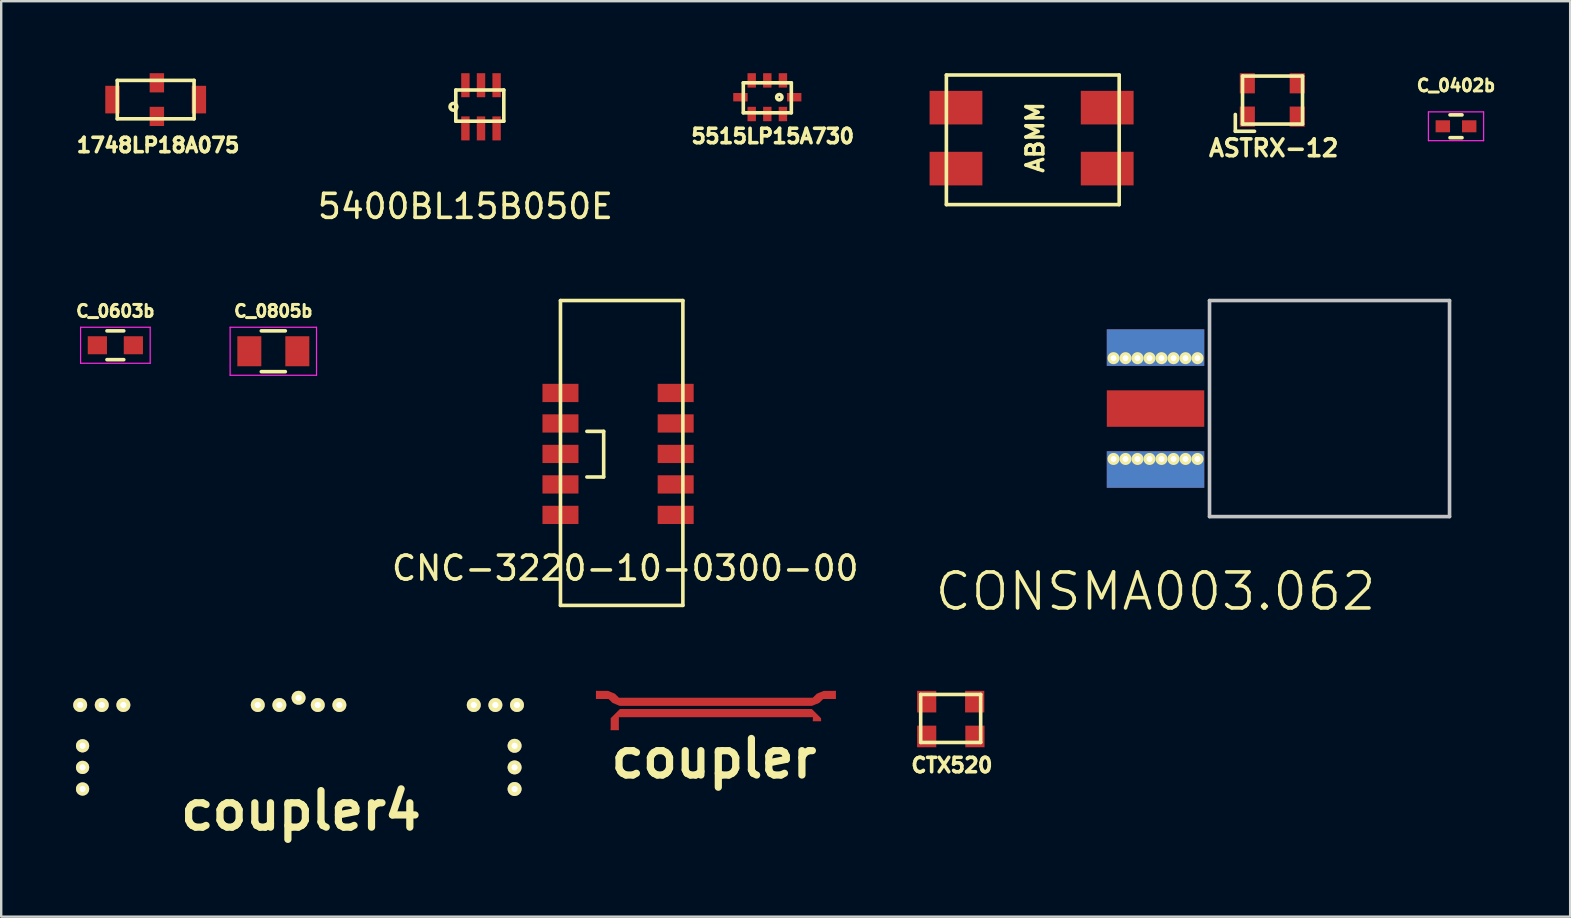
<source format=kicad_pcb>
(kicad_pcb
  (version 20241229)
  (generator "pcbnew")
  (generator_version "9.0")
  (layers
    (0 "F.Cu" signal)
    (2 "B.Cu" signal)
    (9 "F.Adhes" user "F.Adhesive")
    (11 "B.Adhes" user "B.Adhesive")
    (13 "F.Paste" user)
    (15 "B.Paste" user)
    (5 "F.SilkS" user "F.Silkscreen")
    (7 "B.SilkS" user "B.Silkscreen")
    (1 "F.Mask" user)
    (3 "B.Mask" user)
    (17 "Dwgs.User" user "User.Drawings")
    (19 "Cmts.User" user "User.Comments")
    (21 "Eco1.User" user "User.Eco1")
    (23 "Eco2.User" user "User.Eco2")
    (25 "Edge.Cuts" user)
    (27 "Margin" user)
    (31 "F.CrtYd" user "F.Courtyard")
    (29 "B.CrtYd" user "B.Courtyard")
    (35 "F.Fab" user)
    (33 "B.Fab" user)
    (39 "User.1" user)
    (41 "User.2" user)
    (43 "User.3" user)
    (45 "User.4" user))
  (footprint "ASTRX-12"
    (layer "F.Cu")
    (at 49.92 1.12)
    (property "Reference" "ASTRX-12" (at 0.1 2 0) (layer "F.SilkS") (effects (font (size 0.7 0.7) (thickness 0.15))))
    (attr through_hole)
    (fp_line (start -1.5 1.3) (end -1.5 0.6) (stroke (width 0.15) (type solid)) (layer "F.SilkS"))
    (fp_line (start -1.5 1.3) (end -0.7 1.3) (stroke (width 0.15) (type solid)) (layer "F.SilkS"))
    (fp_line (start -1.2 -1) (end 1.3 -1) (stroke (width 0.15) (type solid)) (layer "F.SilkS"))
    (fp_line (start -1.2 1) (end -1.2 -1) (stroke (width 0.15) (type solid)) (layer "F.SilkS"))
    (fp_line (start 1.3 -1) (end 1.3 1) (stroke (width 0.15) (type solid)) (layer "F.SilkS"))
    (fp_line (start 1.3 1) (end -1.2 1) (stroke (width 0.15) (type solid)) (layer "F.SilkS"))
    (pad "1" smd rect (at -1 0.69) (size 0.63 0.84) (layers "F.Cu" "F.Mask" "F.Paste"))
    (pad "3" smd rect (at 1.08 0.69) (size 0.63 0.84) (layers "F.Cu" "F.Mask" "F.Paste"))
    (pad "4" smd rect (at 1.08 -0.7) (size 0.63 0.84) (layers "F.Cu" "F.Mask" "F.Paste"))
    (pad "6" smd rect (at -1 -0.7) (size 0.63 0.84) (layers "F.Cu" "F.Mask" "F.Paste")))
  (footprint "ABMM"
    (layer "F.Cu")
    (at 36.781 3.975)
    (property "Reference" "ABMM" (at 3.3 -1.3 90) (layer "F.SilkS") (effects (font (size 0.7 0.7) (thickness 0.15))))
    (attr through_hole)
    (fp_line (start -0.4 -3.9) (end 6.8 -3.9) (stroke (width 0.15) (type solid)) (layer "F.SilkS"))
    (fp_line (start -0.4 1.5) (end -0.4 -3.9) (stroke (width 0.15) (type solid)) (layer "F.SilkS"))
    (fp_line (start 6.8 -3.9) (end 6.8 1.5) (stroke (width 0.15) (type solid)) (layer "F.SilkS"))
    (fp_line (start 6.8 1.5) (end -0.4 1.5) (stroke (width 0.15) (type solid)) (layer "F.SilkS"))
    (pad "1" smd rect (at 0 0) (size 2.2 1.4) (layers "F.Cu" "F.Mask" "F.Paste"))
    (pad "2" smd rect (at 6.3 0) (size 2.2 1.4) (layers "F.Cu" "F.Mask" "F.Paste"))
    (pad "3" smd rect (at 6.3 -2.54) (size 2.2 1.4) (layers "F.Cu" "F.Mask" "F.Paste"))
    (pad "4" smd rect (at 0 -2.54) (size 2.2 1.4) (layers "F.Cu" "F.Mask" "F.Paste")))
  (footprint "1748LP18A075"
    (layer "F.Cu")
    (at 1.636 1.1)
    (property "Reference" "1748LP18A075" (at 1.9 1.9 0) (layer "F.SilkS") (effects (font (size 0.6 0.6) (thickness 0.15))))
    (attr through_hole)
    (fp_line (start 0.2 -0.8) (end 3.4 -0.8) (stroke (width 0.15) (type solid)) (layer "F.SilkS"))
    (fp_line (start 0.2 0.8) (end 0.2 -0.8) (stroke (width 0.15) (type solid)) (layer "F.SilkS"))
    (fp_line (start 3.4 -0.8) (end 3.4 0.8) (stroke (width 0.15) (type solid)) (layer "F.SilkS"))
    (fp_line (start 3.4 0.8) (end 0.2 0.8) (stroke (width 0.15) (type solid)) (layer "F.SilkS"))
    (pad "1" smd rect (at 0 0) (size 0.6 1.15) (layers "F.Cu" "F.Mask" "F.Paste"))
    (pad "2" smd rect (at 3.6 0) (size 0.6 1.15) (layers "F.Cu" "F.Mask" "F.Paste"))
    (pad "3" smd rect (at 1.85 -0.7) (size 0.6 0.8) (layers "F.Cu" "F.Mask" "F.Paste"))
    (pad "4" smd rect (at 1.85 0.7) (size 0.6 0.8) (layers "F.Cu" "F.Mask" "F.Paste")))
  (footprint "coupler4"
    (layer "F.Cu")
    (at 9.39 27.724)
    (property "Reference" "coupler4" (at 0.1 3 0) (layer "F.SilkS") (effects (font (size 1.524 1.524) (thickness 0.3))))
    (attr through_hole)
    (fp_poly (pts (xy 8.998 1.365) (xy -8.998 1.365) (xy -8.998 1.076) (xy 8.998 1.076) (xy 8.998 1.365)) (stroke (width 0) (type solid)) (fill yes) (layer "In2.Cu"))
    (fp_poly (pts (xy -8.025 0.662) (xy -0.972 0.662) (xy -0.972 -1.365) (xy -0.683 -1.365) (xy -0.683 0.632) (xy -1.004 0.951) (xy -8.016 0.951) (xy -8.336 0.63) (xy -8.336 -1.365) (xy -8.025 -1.365) (xy -8.025 0.662)) (stroke (width 0) (type solid)) (fill yes) (layer "In2.Cu"))
    (fp_poly (pts (xy 0.972 0.662) (xy 8.025 0.662) (xy 8.025 -1.365) (xy 8.336 -1.365) (xy 8.336 0.632) (xy 8.014 0.951) (xy 1.002 0.951) (xy 0.683 0.63) (xy 0.683 -1.365) (xy 0.972 -1.365) (xy 0.972 0.662)) (stroke (width 0) (type solid)) (fill yes) (layer "In2.Cu"))
    (pad "1" thru_hole circle (at -9 1.2) (size 0.55 0.55) (drill 0.26) (layers "*.Cu" "*.Mask" "F.SilkS"))
    (pad "2" thru_hole circle (at 9 1.2) (size 0.58 0.58) (drill 0.26) (layers "*.Cu" "*.Mask" "F.SilkS"))
    (pad "3" thru_hole circle (at -8.2 -1.4) (size 0.58 0.58) (drill 0.26) (layers "*.Cu" "*.Mask" "F.SilkS"))
    (pad "4" thru_hole circle (at -0.8 -1.4) (size 0.58 0.58) (drill 0.26) (layers "*.Cu" "*.Mask" "F.SilkS"))
    (pad "5" thru_hole circle (at 0.8 -1.4) (size 0.58 0.58) (drill 0.26) (layers "*.Cu" "*.Mask" "F.SilkS"))
    (pad "6" thru_hole circle (at 8.2 -1.4) (size 0.58 0.58) (drill 0.26) (layers "*.Cu" "*.Mask" "F.SilkS"))
    (pad "GND" thru_hole circle (at -9.1 -1.4) (size 0.58 0.58) (drill 0.26) (layers "*.Cu" "*.Mask" "F.SilkS"))
    (pad "GND" thru_hole circle (at -9 0.3) (size 0.55 0.55) (drill 0.26) (layers "*.Cu" "*.Mask" "F.SilkS"))
    (pad "GND" thru_hole circle (at -9 2.1) (size 0.55 0.55) (drill 0.26) (layers "*.Cu" "*.Mask" "F.SilkS"))
    (pad "GND" thru_hole circle (at -7.3 -1.4) (size 0.58 0.58) (drill 0.26) (layers "*.Cu" "*.Mask" "F.SilkS"))
    (pad "GND" thru_hole circle (at -1.7 -1.4) (size 0.58 0.58) (drill 0.26) (layers "*.Cu" "*.Mask" "F.SilkS"))
    (pad "GND" thru_hole circle (at 0 -1.7) (size 0.58 0.58) (drill 0.26) (layers "*.Cu" "*.Mask" "F.SilkS"))
    (pad "GND" thru_hole circle (at 1.7 -1.4) (size 0.58 0.58) (drill 0.26) (layers "*.Cu" "*.Mask" "F.SilkS"))
    (pad "GND" thru_hole circle (at 7.3 -1.4) (size 0.58 0.58) (drill 0.26) (layers "*.Cu" "*.Mask" "F.SilkS"))
    (pad "GND" thru_hole circle (at 9 0.3) (size 0.58 0.58) (drill 0.26) (layers "*.Cu" "*.Mask" "F.SilkS"))
    (pad "GND" thru_hole circle (at 9 2.1) (size 0.58 0.58) (drill 0.26) (layers "*.Cu" "*.Mask" "F.SilkS"))
    (pad "GND" thru_hole circle (at 9.1 -1.4) (size 0.58 0.58) (drill 0.26) (layers "*.Cu" "*.Mask" "F.SilkS")))
  (footprint "CTX520"
    (layer "F.Cu")
    (at 36.61 26.884)
    (property "Reference" "CTX520" (at 0 1.95 0) (layer "F.SilkS") (effects (font (size 0.6 0.6) (thickness 0.15))))
    (attr through_hole)
    (fp_line (start -1.3 -1) (end 1.2 -1) (stroke (width 0.15) (type solid)) (layer "F.SilkS"))
    (fp_line (start -1.3 1) (end -1.3 -1) (stroke (width 0.15) (type solid)) (layer "F.SilkS"))
    (fp_line (start 1.2 -1) (end 1.2 1) (stroke (width 0.15) (type solid)) (layer "F.SilkS"))
    (fp_line (start 1.2 1) (end -1.3 1) (stroke (width 0.15) (type solid)) (layer "F.SilkS"))
    (pad "1" smd rect (at -1.05 0.75) (size 0.8 0.9) (layers "F.Cu" "F.Mask" "F.Paste"))
    (pad "2" smd rect (at 0.96 0.75) (size 0.8 0.9) (layers "F.Cu" "F.Mask" "F.Paste"))
    (pad "3" smd rect (at 0.95 -0.7) (size 0.8 0.9) (layers "F.Cu" "F.Mask" "F.Paste"))
    (pad "4" smd rect (at -1.05 -0.7) (size 0.8 0.9) (layers "F.Cu" "F.Mask" "F.Paste")))
  (footprint "C_0805b"
    (layer "F.Cu")
    (at 8.338 11.585)
    (property "Reference" "C_0805b" (at 0 -1.675 0) (layer "F.SilkS") (effects (font (size 0.5 0.5) (thickness 0.125))))
    (attr smd)
    (fp_line (start -0.5 0.85) (end 0.5 0.85) (stroke (width 0.15) (type solid)) (layer "F.SilkS"))
    (fp_line (start 0.5 -0.85) (end -0.5 -0.85) (stroke (width 0.15) (type solid)) (layer "F.SilkS"))
    (fp_line (start -1.8 -1) (end -1.8 1) (stroke (width 0.05) (type solid)) (layer "F.CrtYd"))
    (fp_line (start -1.8 -1) (end 1.8 -1) (stroke (width 0.05) (type solid)) (layer "F.CrtYd"))
    (fp_line (start -1.8 1) (end 1.8 1) (stroke (width 0.05) (type solid)) (layer "F.CrtYd"))
    (fp_line (start 1.8 -1) (end 1.8 1) (stroke (width 0.05) (type solid)) (layer "F.CrtYd"))
    (pad "1" smd rect (at -1 0) (size 1 1.25) (layers "F.Cu" "F.Mask" "F.Paste"))
    (pad "2" smd rect (at 1 0) (size 1 1.25) (layers "F.Cu" "F.Mask" "F.Paste")))
  (footprint "C_0402b"
    (layer "F.Cu")
    (at 57.615 2.212)
    (property "Reference" "C_0402b" (at 0 -1.7 0) (layer "F.SilkS") (effects (font (size 0.5 0.5) (thickness 0.125))))
    (attr smd)
    (fp_line (start -0.25 0.475) (end 0.25 0.475) (stroke (width 0.15) (type solid)) (layer "F.SilkS"))
    (fp_line (start 0.25 -0.475) (end -0.25 -0.475) (stroke (width 0.15) (type solid)) (layer "F.SilkS"))
    (fp_line (start -1.15 -0.6) (end -1.15 0.6) (stroke (width 0.05) (type solid)) (layer "F.CrtYd"))
    (fp_line (start -1.15 -0.6) (end 1.15 -0.6) (stroke (width 0.05) (type solid)) (layer "F.CrtYd"))
    (fp_line (start -1.15 0.6) (end 1.15 0.6) (stroke (width 0.05) (type solid)) (layer "F.CrtYd"))
    (fp_line (start 1.15 -0.6) (end 1.15 0.6) (stroke (width 0.05) (type solid)) (layer "F.CrtYd"))
    (pad "1" smd rect (at -0.55 0) (size 0.6 0.5) (layers "F.Cu" "F.Mask" "F.Paste"))
    (pad "2" smd rect (at 0.55 0) (size 0.6 0.5) (layers "F.Cu" "F.Mask" "F.Paste")))
  (footprint "5515LP15A730"
    (layer "F.Cu")
    (at 28.92 1)
    (property "Reference" "5515LP15A730" (at 0.225 1.625 0) (layer "F.SilkS") (effects (font (size 0.6 0.6) (thickness 0.15))))
    (attr through_hole)
    (fp_line (start -1 -0.6) (end 1 -0.6) (stroke (width 0.15) (type solid)) (layer "F.SilkS"))
    (fp_line (start -1 0.65) (end -1 -0.6) (stroke (width 0.15) (type solid)) (layer "F.SilkS"))
    (fp_line (start 1 -0.6) (end 1 0.65) (stroke (width 0.15) (type solid)) (layer "F.SilkS"))
    (fp_line (start 1 0.65) (end -1 0.65) (stroke (width 0.15) (type solid)) (layer "F.SilkS"))
    (fp_circle (center 0.5 0) (end 0.55 -0.1) (stroke (width 0.15) (type solid)) (fill no) (layer "F.SilkS"))
    (pad "1" smd rect (at 0.65 -0.7) (size 0.35 0.6) (layers "F.Cu" "F.Mask" "F.Paste"))
    (pad "2" smd rect (at 0 -0.7) (size 0.35 0.6) (layers "F.Cu" "F.Mask" "F.Paste"))
    (pad "3" smd rect (at -0.65 -0.7) (size 0.35 0.6) (layers "F.Cu" "F.Mask" "F.Paste"))
    (pad "4" smd rect (at -1.12 0 90) (size 0.35 0.6) (layers "F.Cu" "F.Mask" "F.Paste"))
    (pad "5" smd rect (at -0.65 0.7) (size 0.35 0.6) (layers "F.Cu" "F.Mask" "F.Paste"))
    (pad "6" smd rect (at 0 0.7) (size 0.35 0.6) (layers "F.Cu" "F.Mask" "F.Paste"))
    (pad "7" smd rect (at 0.65 0.7) (size 0.35 0.6) (layers "F.Cu" "F.Mask" "F.Paste"))
    (pad "8" smd rect (at 1.12 0 90) (size 0.35 0.6) (layers "F.Cu" "F.Mask" "F.Paste")))
  (footprint "CNC-3220-10-0300-00"
    (layer "F.Cu")
    (at 22.702 15.823)
    (property "Reference" "CNC-3220-10-0300-00" (at 0.3 4.8 0) (layer "F.SilkS") (effects (font (size 1 1) (thickness 0.15))))
    (attr through_hole)
    (fp_line (start -2.4 -6.35) (end 2.7 -6.35) (stroke (width 0.15) (type solid)) (layer "F.SilkS"))
    (fp_line (start -2.4 6.35) (end -2.4 -6.35) (stroke (width 0.15) (type solid)) (layer "F.SilkS"))
    (fp_line (start -1.3 -0.9) (end -0.6 -0.9) (stroke (width 0.15) (type solid)) (layer "F.SilkS"))
    (fp_line (start -0.6 -0.9) (end -0.6 1) (stroke (width 0.15) (type solid)) (layer "F.SilkS"))
    (fp_line (start -0.6 1) (end -1.3 1) (stroke (width 0.15) (type solid)) (layer "F.SilkS"))
    (fp_line (start 2.7 -6.35) (end 2.7 6.35) (stroke (width 0.15) (type solid)) (layer "F.SilkS"))
    (fp_line (start 2.7 6.35) (end -2.4 6.35) (stroke (width 0.15) (type solid)) (layer "F.SilkS"))
    (pad "1" smd rect (at -2.4 -2.5) (size 1.5 0.76) (layers "F.Cu" "F.Mask" "F.Paste"))
    (pad "2" smd rect (at 2.4 -2.5) (size 1.5 0.76) (layers "F.Cu" "F.Mask" "F.Paste"))
    (pad "3" smd rect (at -2.4 -1.23) (size 1.5 0.76) (layers "F.Cu" "F.Mask" "F.Paste"))
    (pad "4" smd rect (at 2.4 -1.23) (size 1.5 0.76) (layers "F.Cu" "F.Mask" "F.Paste"))
    (pad "5" smd rect (at -2.4 0.04) (size 1.5 0.76) (layers "F.Cu" "F.Mask" "F.Paste"))
    (pad "6" smd rect (at 2.4 0.04) (size 1.5 0.76) (layers "F.Cu" "F.Mask" "F.Paste"))
    (pad "7" smd rect (at -2.4 1.31) (size 1.5 0.76) (layers "F.Cu" "F.Mask" "F.Paste"))
    (pad "8" smd rect (at 2.4 1.31) (size 1.5 0.76) (layers "F.Cu" "F.Mask" "F.Paste"))
    (pad "9" smd rect (at -2.4 2.58) (size 1.5 0.76) (layers "F.Cu" "F.Mask" "F.Paste"))
    (pad "10" smd rect (at 2.4 2.58) (size 1.5 0.76) (layers "F.Cu" "F.Mask" "F.Paste")))
  (footprint "CONSMA003.062"
    (layer "F.Cu")
    (at 45.095 13.973)
    (property "Reference" "CONSMA003.062" (at 0 7.62 0) (layer "F.SilkS") (effects (font (size 1.5 1.5) (thickness 0.15))))
    (attr through_hole)
    (fp_line (start 2.25 -4.5) (end 12.25 -4.5) (stroke (width 0.15) (type solid)) (layer "Dwgs.User"))
    (fp_line (start 2.25 4.5) (end 2.25 -4.5) (stroke (width 0.15) (type solid)) (layer "Dwgs.User"))
    (fp_line (start 12.25 -4.5) (end 12.25 4.5) (stroke (width 0.15) (type solid)) (layer "Dwgs.User"))
    (fp_line (start 12.25 4.5) (end 2.25 4.5) (stroke (width 0.15) (type solid)) (layer "Dwgs.User"))
    (pad "1" smd rect (at 0 0) (size 4.06 1.52) (layers "F.Cu" "F.Mask"))
    (pad "2" thru_hole circle (at -1.75 -2.1) (size 0.5 0.5) (drill 0.25) (layers "*.Cu" "*.Mask" "F.SilkS"))
    (pad "2" thru_hole circle (at -1.75 2.1) (size 0.5 0.5) (drill 0.25) (layers "*.Cu" "*.Mask" "F.SilkS"))
    (pad "2" thru_hole circle (at -1.25 -2.1) (size 0.5 0.5) (drill 0.25) (layers "*.Cu" "*.Mask" "F.SilkS"))
    (pad "2" thru_hole circle (at -1.25 2.1) (size 0.5 0.5) (drill 0.25) (layers "*.Cu" "*.Mask" "F.SilkS"))
    (pad "2" thru_hole circle (at -0.75 -2.1) (size 0.5 0.5) (drill 0.25) (layers "*.Cu" "*.Mask" "F.SilkS"))
    (pad "2" thru_hole circle (at -0.75 2.1) (size 0.5 0.5) (drill 0.25) (layers "*.Cu" "*.Mask" "F.SilkS"))
    (pad "2" thru_hole circle (at -0.25 -2.1) (size 0.5 0.5) (drill 0.25) (layers "*.Cu" "*.Mask" "F.SilkS"))
    (pad "2" thru_hole circle (at -0.25 2.1) (size 0.5 0.5) (drill 0.25) (layers "*.Cu" "*.Mask" "F.SilkS"))
    (pad "2" smd rect (at 0 -2.54) (size 4.06 1.52) (layers "F.Cu" "F.Mask"))
    (pad "2" smd rect (at 0 -2.54) (size 4.06 1.52) (layers "B.Cu" "B.Mask"))
    (pad "2" smd rect (at 0 2.54) (size 4.06 1.52) (layers "F.Cu" "F.Mask"))
    (pad "2" smd rect (at 0 2.54) (size 4.06 1.52) (layers "B.Cu" "B.Mask"))
    (pad "2" thru_hole circle (at 0.25 -2.1) (size 0.5 0.5) (drill 0.25) (layers "*.Cu" "*.Mask" "F.SilkS"))
    (pad "2" thru_hole circle (at 0.25 2.1) (size 0.5 0.5) (drill 0.25) (layers "*.Cu" "*.Mask" "F.SilkS"))
    (pad "2" thru_hole circle (at 0.75 -2.1) (size 0.5 0.5) (drill 0.25) (layers "*.Cu" "*.Mask" "F.SilkS"))
    (pad "2" thru_hole circle (at 0.75 2.1) (size 0.5 0.5) (drill 0.25) (layers "*.Cu" "*.Mask" "F.SilkS"))
    (pad "2" thru_hole circle (at 1.25 -2.1) (size 0.5 0.5) (drill 0.25) (layers "*.Cu" "*.Mask" "F.SilkS"))
    (pad "2" thru_hole circle (at 1.25 2.1) (size 0.5 0.5) (drill 0.25) (layers "*.Cu" "*.Mask" "F.SilkS"))
    (pad "2" thru_hole circle (at 1.75 -2.1) (size 0.5 0.5) (drill 0.25) (layers "*.Cu" "*.Mask" "F.SilkS"))
    (pad "2" thru_hole circle (at 1.75 2.1) (size 0.5 0.5) (drill 0.25) (layers "*.Cu" "*.Mask" "F.SilkS")))
  (footprint "C_0603b"
    (layer "F.Cu")
    (at 1.757 11.335)
    (property "Reference" "C_0603b" (at 0 -1.425 0) (layer "F.SilkS") (effects (font (size 0.5 0.5) (thickness 0.125))))
    (attr smd)
    (fp_line (start -0.35 -0.6) (end 0.35 -0.6) (stroke (width 0.15) (type solid)) (layer "F.SilkS"))
    (fp_line (start 0.35 0.6) (end -0.35 0.6) (stroke (width 0.15) (type solid)) (layer "F.SilkS"))
    (fp_line (start -1.45 -0.75) (end -1.45 0.75) (stroke (width 0.05) (type solid)) (layer "F.CrtYd"))
    (fp_line (start -1.45 -0.75) (end 1.45 -0.75) (stroke (width 0.05) (type solid)) (layer "F.CrtYd"))
    (fp_line (start -1.45 0.75) (end 1.45 0.75) (stroke (width 0.05) (type solid)) (layer "F.CrtYd"))
    (fp_line (start 1.45 -0.75) (end 1.45 0.75) (stroke (width 0.05) (type solid)) (layer "F.CrtYd"))
    (pad "1" smd rect (at -0.75 0) (size 0.8 0.75) (layers "F.Cu" "F.Mask" "F.Paste"))
    (pad "2" smd rect (at 0.75 0) (size 0.8 0.75) (layers "F.Cu" "F.Mask" "F.Paste")))
  (footprint "5400BL15B050E"
    (layer "F.Cu")
    (at 16.341 2.3)
    (property "Reference" "5400BL15B050E" (at 0 3.25 0) (layer "F.SilkS") (effects (font (size 1 1) (thickness 0.15))))
    (attr through_hole)
    (fp_line (start -0.4 -1.6) (end 1.6 -1.6) (stroke (width 0.15) (type solid)) (layer "F.SilkS"))
    (fp_line (start -0.4 -0.3) (end -0.4 -1.6) (stroke (width 0.15) (type solid)) (layer "F.SilkS"))
    (fp_line (start 1.6 -1.6) (end 1.6 -0.3) (stroke (width 0.15) (type solid)) (layer "F.SilkS"))
    (fp_line (start 1.6 -0.3) (end -0.4 -0.3) (stroke (width 0.15) (type solid)) (layer "F.SilkS"))
    (fp_circle (center -0.5 -0.9) (end -0.4 -1) (stroke (width 0.15) (type solid)) (fill no) (layer "F.SilkS"))
    (pad "1" smd rect (at 0 0) (size 0.35 1) (layers "F.Cu" "F.Mask" "F.Paste"))
    (pad "2" smd rect (at 0.65 0) (size 0.35 1) (layers "F.Cu" "F.Mask" "F.Paste"))
    (pad "3" smd rect (at 1.3 0) (size 0.35 1) (layers "F.Cu" "F.Mask" "F.Paste"))
    (pad "4" smd rect (at 1.3 -1.8) (size 0.35 1) (layers "F.Cu" "F.Mask" "F.Paste"))
    (pad "5" smd rect (at 0.65 -1.8) (size 0.35 1) (layers "F.Cu" "F.Mask" "F.Paste"))
    (pad "6" smd rect (at 0 -1.8) (size 0.35 1) (layers "F.Cu" "F.Mask" "F.Paste")))
  (footprint "coupler"
    (layer "F.Cu")
    (at 26.777 26.552)
    (property "Reference" "coupler" (at -0.08 2 0) (layer "F.SilkS") (effects (font (size 1.524 1.524) (thickness 0.3))))
    (attr through_hole)
    (fp_poly (pts (xy 4.383 0.45) (xy 4.213 0.45) (xy 4.042 0.45) (xy 4.042 0.365) (xy 4.042 0.279) (xy 0 0.279) (xy -4.042 0.279) (xy -4.042 0.549) (xy -4.042 0.818) (xy -4.213 0.818) (xy -4.383 0.818) (xy -4.383 0.571) (xy -4.383 0.324) (xy -4.191 0.131) (xy -3.998 -0.061) (xy 0 -0.061) (xy 3.998 -0.061) (xy 4.191 0.131) (xy 4.383 0.324) (xy 4.383 0.387) (xy 4.383 0.45)) (stroke (width 0) (type solid)) (fill yes) (layer "F.Cu"))
    (fp_poly (pts (xy 4.997 -0.477) (xy 4.733 -0.477) (xy 4.469 -0.477) (xy 4.387 -0.396) (xy 4.305 -0.315) (xy 4.153 -0.253) (xy 4.002 -0.191) (xy -0.002 -0.191) (xy -4.005 -0.191) (xy -4.155 -0.253) (xy -4.305 -0.315) (xy -4.387 -0.396) (xy -4.469 -0.477) (xy -4.733 -0.477) (xy -4.997 -0.477) (xy -4.997 -0.648) (xy -4.997 -0.818) (xy -4.748 -0.818) (xy -4.499 -0.818) (xy -4.354 -0.759) (xy -4.209 -0.7) (xy -4.124 -0.616) (xy -4.039 -0.532) (xy 0 -0.532) (xy 4.039 -0.532) (xy 4.124 -0.616) (xy 4.209 -0.7) (xy 4.354 -0.759) (xy 4.499 -0.818) (xy 4.748 -0.818) (xy 4.997 -0.818) (xy 4.997 -0.648) (xy 4.997 -0.477)) (stroke (width 0) (type solid)) (fill yes) (layer "F.Cu"))
    (pad "1" smd rect (at -4.97 -0.647 90) (size 0.34 0.034) (layers "F.Cu"))
    (pad "2" smd rect (at 4.97 -0.647 90) (size 0.34 0.034) (layers "F.Cu"))
    (pad "3" smd rect (at -4.213 0.8) (size 0.34 0.034) (layers "F.Cu"))
    (pad "4" smd rect (at 4.212 0.42) (size 0.34 0.034) (layers "F.Cu")))
  (gr_rect
    (start -3 -3)
    (end 62.371 35.142)
    (stroke (width 0.1) (type default))
    (fill no)
    (layer "Edge.Cuts")))
</source>
